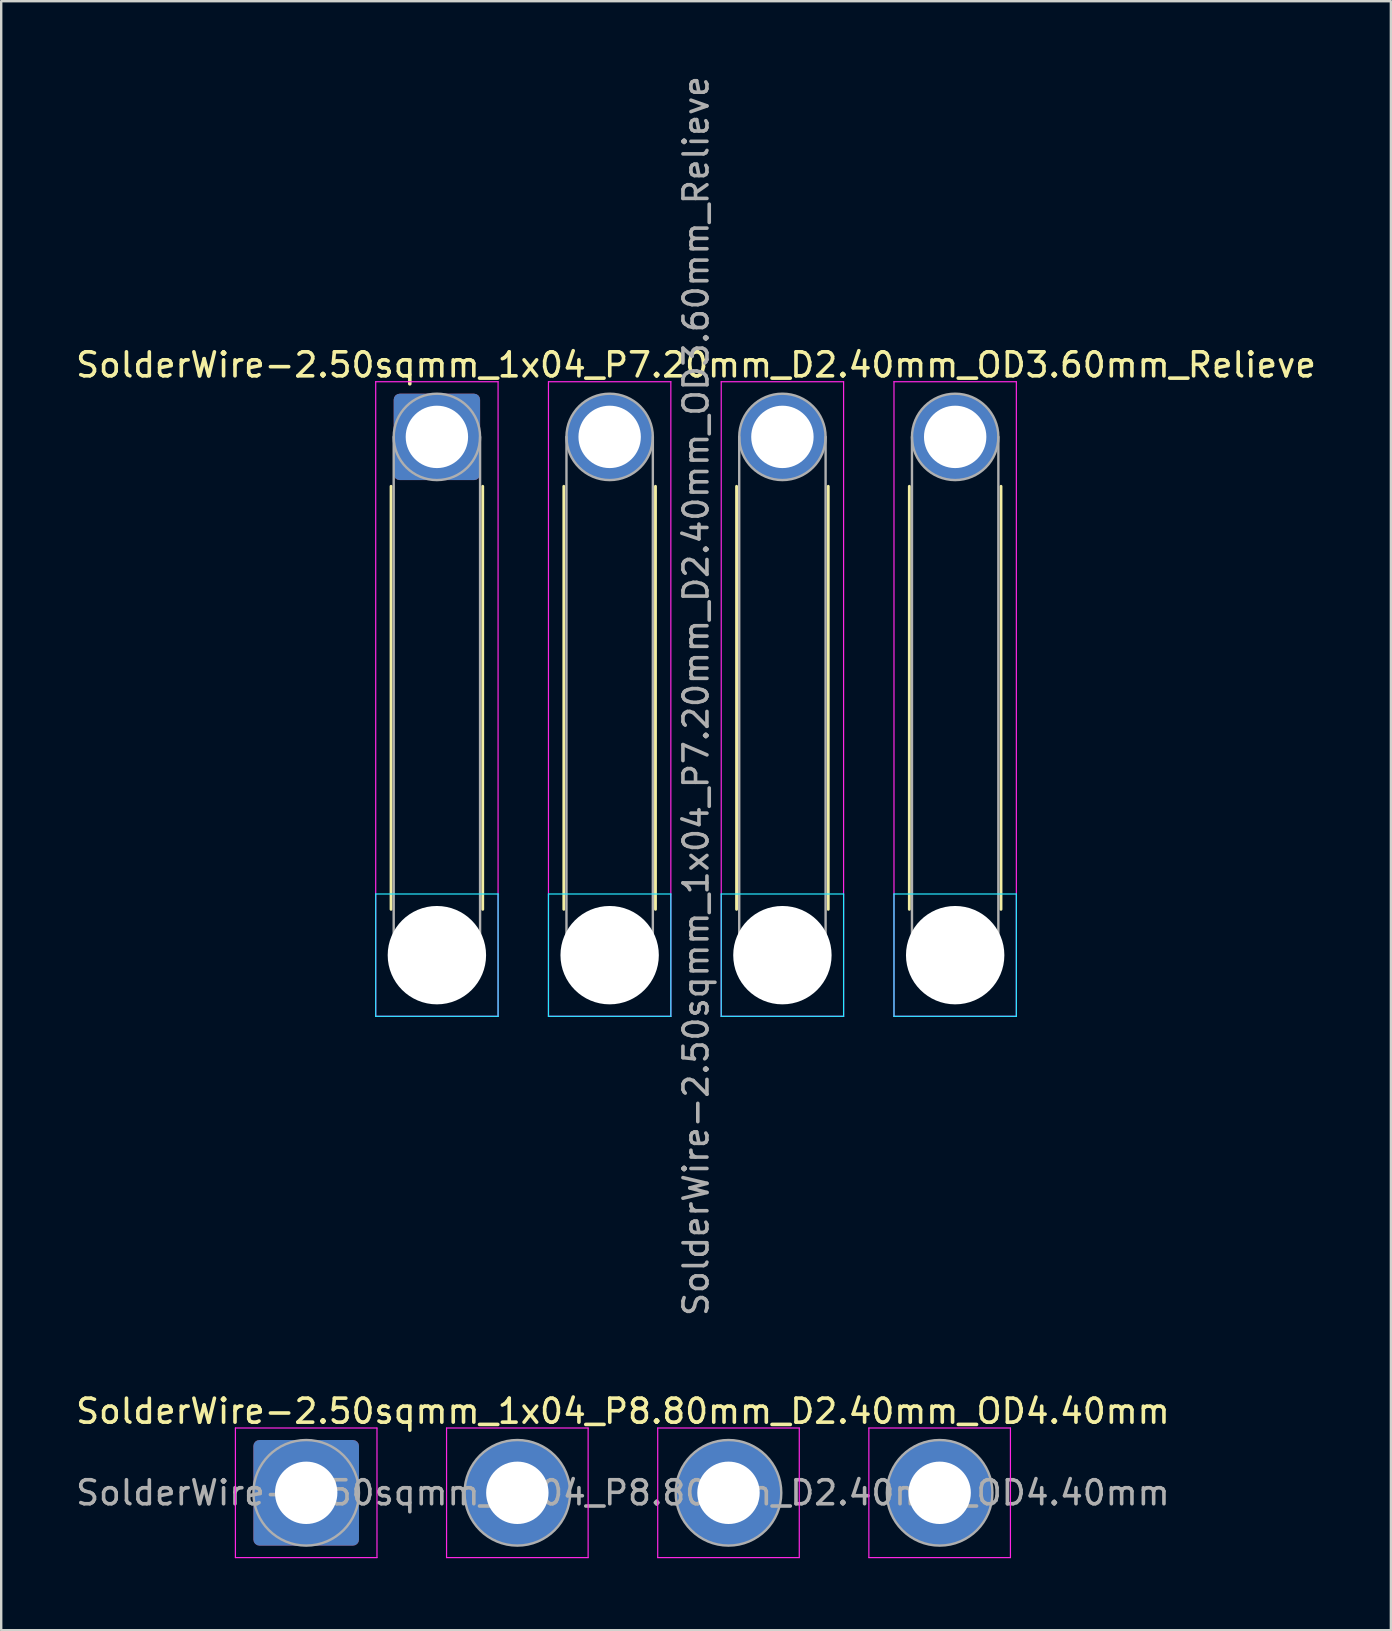
<source format=kicad_pcb>
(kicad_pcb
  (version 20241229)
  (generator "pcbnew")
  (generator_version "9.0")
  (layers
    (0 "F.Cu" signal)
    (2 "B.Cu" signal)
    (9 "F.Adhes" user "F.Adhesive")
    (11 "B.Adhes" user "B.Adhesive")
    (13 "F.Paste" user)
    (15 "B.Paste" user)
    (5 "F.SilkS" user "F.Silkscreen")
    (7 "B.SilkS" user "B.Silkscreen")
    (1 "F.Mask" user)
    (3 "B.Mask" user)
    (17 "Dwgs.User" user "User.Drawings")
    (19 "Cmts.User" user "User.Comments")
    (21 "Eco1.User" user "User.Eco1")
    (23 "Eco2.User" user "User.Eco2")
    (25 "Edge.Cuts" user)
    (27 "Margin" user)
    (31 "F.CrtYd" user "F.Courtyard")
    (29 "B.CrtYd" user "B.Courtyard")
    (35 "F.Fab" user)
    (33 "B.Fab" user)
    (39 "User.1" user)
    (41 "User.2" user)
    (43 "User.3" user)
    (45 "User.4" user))
  (footprint "SolderWire-2.50sqmm_1x04_P7.20mm_D2.40mm_OD3.60mm_Relieve"
    (layer "F.Cu")
    (at 15.158 15.158)
    (property "Reference" "SolderWire-2.50sqmm_1x04_P7.20mm_D2.40mm_OD3.60mm_Relieve" (at 10.8 -3 0) (layer "F.SilkS") (effects (font (size 1 1) (thickness 0.15))))
    (attr exclude_from_pos_files exclude_from_bom)
    (fp_line (start -1.91 2.06) (end -1.91 19.69) (stroke (width 0.12) (type solid)) (layer "F.SilkS"))
    (fp_line (start 1.91 2.06) (end 1.91 19.69) (stroke (width 0.12) (type solid)) (layer "F.SilkS"))
    (fp_line (start 5.29 2.06) (end 5.29 19.69) (stroke (width 0.12) (type solid)) (layer "F.SilkS"))
    (fp_line (start 9.11 2.06) (end 9.11 19.69) (stroke (width 0.12) (type solid)) (layer "F.SilkS"))
    (fp_line (start 12.49 2.06) (end 12.49 19.69) (stroke (width 0.12) (type solid)) (layer "F.SilkS"))
    (fp_line (start 16.31 2.06) (end 16.31 19.69) (stroke (width 0.12) (type solid)) (layer "F.SilkS"))
    (fp_line (start 19.69 2.06) (end 19.69 19.69) (stroke (width 0.12) (type solid)) (layer "F.SilkS"))
    (fp_line (start 23.51 2.06) (end 23.51 19.69) (stroke (width 0.12) (type solid)) (layer "F.SilkS"))
    (fp_line (start -2.55 19.05) (end -2.55 24.15) (stroke (width 0.05) (type solid)) (layer "B.CrtYd"))
    (fp_line (start -2.55 24.15) (end 2.55 24.15) (stroke (width 0.05) (type solid)) (layer "B.CrtYd"))
    (fp_line (start 2.55 19.05) (end -2.55 19.05) (stroke (width 0.05) (type solid)) (layer "B.CrtYd"))
    (fp_line (start 2.55 24.15) (end 2.55 19.05) (stroke (width 0.05) (type solid)) (layer "B.CrtYd"))
    (fp_line (start 4.65 19.05) (end 4.65 24.15) (stroke (width 0.05) (type solid)) (layer "B.CrtYd"))
    (fp_line (start 4.65 24.15) (end 9.75 24.15) (stroke (width 0.05) (type solid)) (layer "B.CrtYd"))
    (fp_line (start 9.75 19.05) (end 4.65 19.05) (stroke (width 0.05) (type solid)) (layer "B.CrtYd"))
    (fp_line (start 9.75 24.15) (end 9.75 19.05) (stroke (width 0.05) (type solid)) (layer "B.CrtYd"))
    (fp_line (start 11.85 19.05) (end 11.85 24.15) (stroke (width 0.05) (type solid)) (layer "B.CrtYd"))
    (fp_line (start 11.85 24.15) (end 16.95 24.15) (stroke (width 0.05) (type solid)) (layer "B.CrtYd"))
    (fp_line (start 16.95 19.05) (end 11.85 19.05) (stroke (width 0.05) (type solid)) (layer "B.CrtYd"))
    (fp_line (start 16.95 24.15) (end 16.95 19.05) (stroke (width 0.05) (type solid)) (layer "B.CrtYd"))
    (fp_line (start 19.05 19.05) (end 19.05 24.15) (stroke (width 0.05) (type solid)) (layer "B.CrtYd"))
    (fp_line (start 19.05 24.15) (end 24.15 24.15) (stroke (width 0.05) (type solid)) (layer "B.CrtYd"))
    (fp_line (start 24.15 19.05) (end 19.05 19.05) (stroke (width 0.05) (type solid)) (layer "B.CrtYd"))
    (fp_line (start 24.15 24.15) (end 24.15 19.05) (stroke (width 0.05) (type solid)) (layer "B.CrtYd"))
    (fp_line (start -2.55 -2.3) (end -2.55 24.15) (stroke (width 0.05) (type solid)) (layer "F.CrtYd"))
    (fp_line (start -2.55 24.15) (end 2.55 24.15) (stroke (width 0.05) (type solid)) (layer "F.CrtYd"))
    (fp_line (start 2.55 -2.3) (end -2.55 -2.3) (stroke (width 0.05) (type solid)) (layer "F.CrtYd"))
    (fp_line (start 2.55 24.15) (end 2.55 -2.3) (stroke (width 0.05) (type solid)) (layer "F.CrtYd"))
    (fp_line (start 4.65 -2.3) (end 4.65 24.15) (stroke (width 0.05) (type solid)) (layer "F.CrtYd"))
    (fp_line (start 4.65 24.15) (end 9.75 24.15) (stroke (width 0.05) (type solid)) (layer "F.CrtYd"))
    (fp_line (start 9.75 -2.3) (end 4.65 -2.3) (stroke (width 0.05) (type solid)) (layer "F.CrtYd"))
    (fp_line (start 9.75 24.15) (end 9.75 -2.3) (stroke (width 0.05) (type solid)) (layer "F.CrtYd"))
    (fp_line (start 11.85 -2.3) (end 11.85 24.15) (stroke (width 0.05) (type solid)) (layer "F.CrtYd"))
    (fp_line (start 11.85 24.15) (end 16.95 24.15) (stroke (width 0.05) (type solid)) (layer "F.CrtYd"))
    (fp_line (start 16.95 -2.3) (end 11.85 -2.3) (stroke (width 0.05) (type solid)) (layer "F.CrtYd"))
    (fp_line (start 16.95 24.15) (end 16.95 -2.3) (stroke (width 0.05) (type solid)) (layer "F.CrtYd"))
    (fp_line (start 19.05 -2.3) (end 19.05 24.15) (stroke (width 0.05) (type solid)) (layer "F.CrtYd"))
    (fp_line (start 19.05 24.15) (end 24.15 24.15) (stroke (width 0.05) (type solid)) (layer "F.CrtYd"))
    (fp_line (start 24.15 -2.3) (end 19.05 -2.3) (stroke (width 0.05) (type solid)) (layer "F.CrtYd"))
    (fp_line (start 24.15 24.15) (end 24.15 -2.3) (stroke (width 0.05) (type solid)) (layer "F.CrtYd"))
    (fp_line (start -1.8 0) (end -1.8 21.6) (stroke (width 0.1) (type solid)) (layer "F.Fab"))
    (fp_line (start 1.8 0) (end 1.8 21.6) (stroke (width 0.1) (type solid)) (layer "F.Fab"))
    (fp_line (start 5.4 0) (end 5.4 21.6) (stroke (width 0.1) (type solid)) (layer "F.Fab"))
    (fp_line (start 9 0) (end 9 21.6) (stroke (width 0.1) (type solid)) (layer "F.Fab"))
    (fp_line (start 12.6 0) (end 12.6 21.6) (stroke (width 0.1) (type solid)) (layer "F.Fab"))
    (fp_line (start 16.2 0) (end 16.2 21.6) (stroke (width 0.1) (type solid)) (layer "F.Fab"))
    (fp_line (start 19.8 0) (end 19.8 21.6) (stroke (width 0.1) (type solid)) (layer "F.Fab"))
    (fp_line (start 23.4 0) (end 23.4 21.6) (stroke (width 0.1) (type solid)) (layer "F.Fab"))
    (fp_circle (center 0 0) (end 1.8 0) (stroke (width 0.1) (type solid)) (fill no) (layer "F.Fab"))
    (fp_circle (center 0 21.6) (end 1.8 21.6) (stroke (width 0.1) (type solid)) (fill no) (layer "F.Fab"))
    (fp_circle (center 7.2 0) (end 9 0) (stroke (width 0.1) (type solid)) (fill no) (layer "F.Fab"))
    (fp_circle (center 7.2 21.6) (end 9 21.6) (stroke (width 0.1) (type solid)) (fill no) (layer "F.Fab"))
    (fp_circle (center 14.4 0) (end 16.2 0) (stroke (width 0.1) (type solid)) (fill no) (layer "F.Fab"))
    (fp_circle (center 14.4 21.6) (end 16.2 21.6) (stroke (width 0.1) (type solid)) (fill no) (layer "F.Fab"))
    (fp_circle (center 21.6 0) (end 23.4 0) (stroke (width 0.1) (type solid)) (fill no) (layer "F.Fab"))
    (fp_circle (center 21.6 21.6) (end 23.4 21.6) (stroke (width 0.1) (type solid)) (fill no) (layer "F.Fab"))
    (fp_text user "${REFERENCE}" (at 10.8 10.8 90) (layer "F.Fab") (effects (font (size 1 1) (thickness 0.15))))
    (pad "" np_thru_hole circle (at 0 21.6) (size 4.1 4.1) (drill 4.1) (layers "*.Cu" "*.Mask"))
    (pad "" np_thru_hole circle (at 7.2 21.6) (size 4.1 4.1) (drill 4.1) (layers "*.Cu" "*.Mask"))
    (pad "" np_thru_hole circle (at 14.4 21.6) (size 4.1 4.1) (drill 4.1) (layers "*.Cu" "*.Mask"))
    (pad "" np_thru_hole circle (at 21.6 21.6) (size 4.1 4.1) (drill 4.1) (layers "*.Cu" "*.Mask"))
    (pad "1" thru_hole roundrect (at 0 0) (size 3.6 3.6) (drill 2.6) (layers "*.Cu" "*.Mask") (roundrect_rratio 0.069))
    (pad "2" thru_hole circle (at 7.2 0) (size 3.6 3.6) (drill 2.6) (layers "*.Cu" "*.Mask"))
    (pad "3" thru_hole circle (at 14.4 0) (size 3.6 3.6) (drill 2.6) (layers "*.Cu" "*.Mask"))
    (pad "4" thru_hole circle (at 21.6 0) (size 3.6 3.6) (drill 2.6) (layers "*.Cu" "*.Mask")))
  (footprint "SolderWire-2.50sqmm_1x04_P8.80mm_D2.40mm_OD4.40mm"
    (layer "F.Cu")
    (at 9.711 59.165)
    (property "Reference" "SolderWire-2.50sqmm_1x04_P8.80mm_D2.40mm_OD4.40mm" (at 13.2 -3.4 0) (layer "F.SilkS") (effects (font (size 1 1) (thickness 0.15))))
    (attr exclude_from_pos_files exclude_from_bom)
    (fp_line (start -2.95 -2.7) (end -2.95 2.7) (stroke (width 0.05) (type solid)) (layer "F.CrtYd"))
    (fp_line (start -2.95 2.7) (end 2.95 2.7) (stroke (width 0.05) (type solid)) (layer "F.CrtYd"))
    (fp_line (start 2.95 -2.7) (end -2.95 -2.7) (stroke (width 0.05) (type solid)) (layer "F.CrtYd"))
    (fp_line (start 2.95 2.7) (end 2.95 -2.7) (stroke (width 0.05) (type solid)) (layer "F.CrtYd"))
    (fp_line (start 5.85 -2.7) (end 5.85 2.7) (stroke (width 0.05) (type solid)) (layer "F.CrtYd"))
    (fp_line (start 5.85 2.7) (end 11.75 2.7) (stroke (width 0.05) (type solid)) (layer "F.CrtYd"))
    (fp_line (start 11.75 -2.7) (end 5.85 -2.7) (stroke (width 0.05) (type solid)) (layer "F.CrtYd"))
    (fp_line (start 11.75 2.7) (end 11.75 -2.7) (stroke (width 0.05) (type solid)) (layer "F.CrtYd"))
    (fp_line (start 14.65 -2.7) (end 14.65 2.7) (stroke (width 0.05) (type solid)) (layer "F.CrtYd"))
    (fp_line (start 14.65 2.7) (end 20.55 2.7) (stroke (width 0.05) (type solid)) (layer "F.CrtYd"))
    (fp_line (start 20.55 -2.7) (end 14.65 -2.7) (stroke (width 0.05) (type solid)) (layer "F.CrtYd"))
    (fp_line (start 20.55 2.7) (end 20.55 -2.7) (stroke (width 0.05) (type solid)) (layer "F.CrtYd"))
    (fp_line (start 23.45 -2.7) (end 23.45 2.7) (stroke (width 0.05) (type solid)) (layer "F.CrtYd"))
    (fp_line (start 23.45 2.7) (end 29.35 2.7) (stroke (width 0.05) (type solid)) (layer "F.CrtYd"))
    (fp_line (start 29.35 -2.7) (end 23.45 -2.7) (stroke (width 0.05) (type solid)) (layer "F.CrtYd"))
    (fp_line (start 29.35 2.7) (end 29.35 -2.7) (stroke (width 0.05) (type solid)) (layer "F.CrtYd"))
    (fp_circle (center 0 0) (end 2.2 0) (stroke (width 0.1) (type solid)) (fill no) (layer "F.Fab"))
    (fp_circle (center 8.8 0) (end 11 0) (stroke (width 0.1) (type solid)) (fill no) (layer "F.Fab"))
    (fp_circle (center 17.6 0) (end 19.8 0) (stroke (width 0.1) (type solid)) (fill no) (layer "F.Fab"))
    (fp_circle (center 26.4 0) (end 28.6 0) (stroke (width 0.1) (type solid)) (fill no) (layer "F.Fab"))
    (fp_text user "${REFERENCE}" (at 13.2 0 0) (layer "F.Fab") (effects (font (size 1 1) (thickness 0.15))))
    (pad "1" thru_hole roundrect (at 0 0) (size 4.4 4.4) (drill 2.6) (layers "*.Cu" "*.Mask") (roundrect_rratio 0.057))
    (pad "2" thru_hole circle (at 8.8 0) (size 4.4 4.4) (drill 2.6) (layers "*.Cu" "*.Mask"))
    (pad "3" thru_hole circle (at 17.6 0) (size 4.4 4.4) (drill 2.6) (layers "*.Cu" "*.Mask"))
    (pad "4" thru_hole circle (at 26.4 0) (size 4.4 4.4) (drill 2.6) (layers "*.Cu" "*.Mask")))
  (gr_rect
    (start -3 -3)
    (end 54.917 64.89)
    (stroke (width 0.1) (type default))
    (fill no)
    (layer "Edge.Cuts")))
</source>
